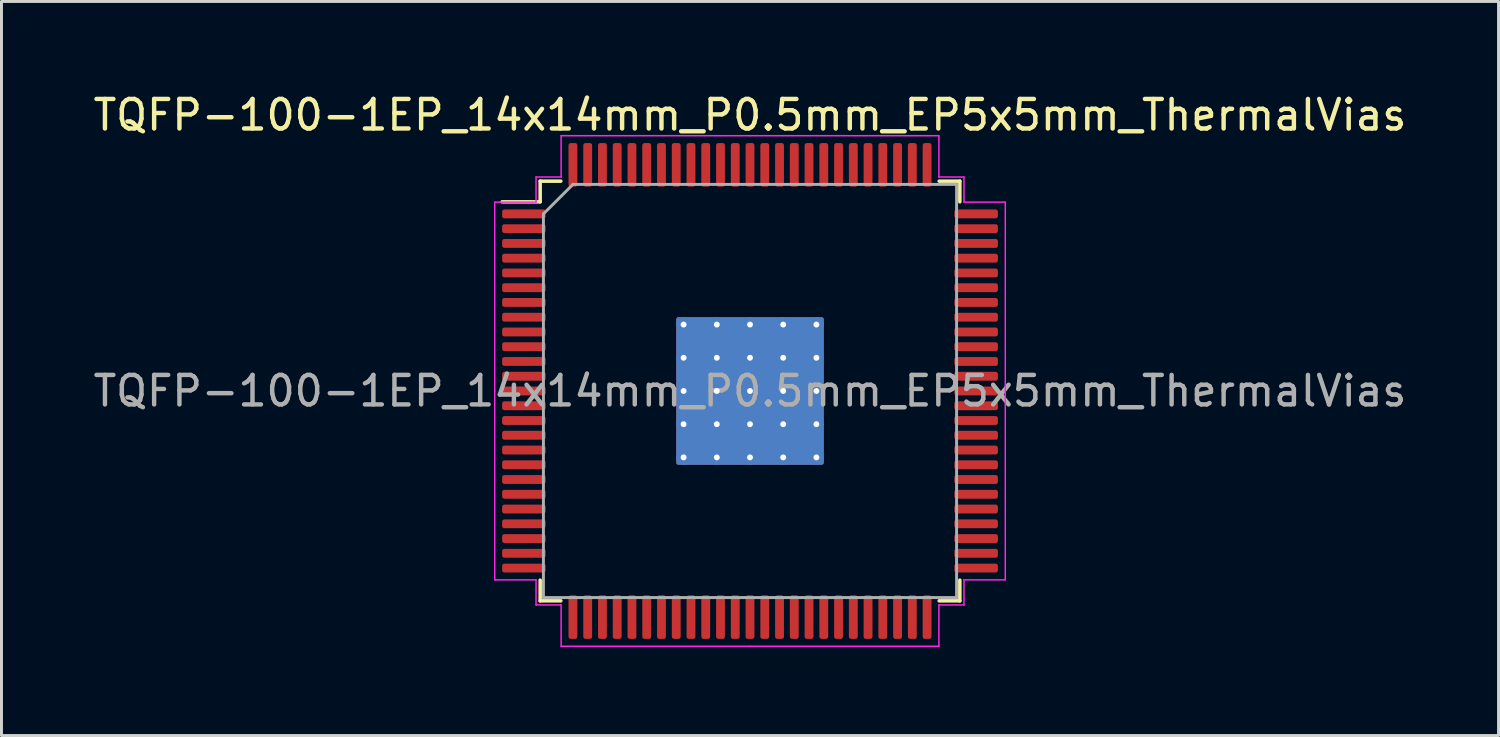
<source format=kicad_pcb>
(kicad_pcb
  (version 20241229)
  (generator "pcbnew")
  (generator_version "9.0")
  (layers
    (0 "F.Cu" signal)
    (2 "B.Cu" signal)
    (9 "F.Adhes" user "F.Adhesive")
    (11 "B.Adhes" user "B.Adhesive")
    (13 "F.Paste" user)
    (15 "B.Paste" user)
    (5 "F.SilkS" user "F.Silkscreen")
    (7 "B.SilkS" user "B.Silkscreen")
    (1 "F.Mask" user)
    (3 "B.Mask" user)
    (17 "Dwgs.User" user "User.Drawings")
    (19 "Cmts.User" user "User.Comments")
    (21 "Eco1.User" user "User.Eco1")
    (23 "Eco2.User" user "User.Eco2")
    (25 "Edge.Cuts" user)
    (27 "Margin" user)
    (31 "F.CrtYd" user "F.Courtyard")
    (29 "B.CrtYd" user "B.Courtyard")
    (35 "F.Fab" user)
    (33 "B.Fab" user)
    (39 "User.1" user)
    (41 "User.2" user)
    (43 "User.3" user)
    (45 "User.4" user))
  (footprint "TQFP-100-1EP_14x14mm_P0.5mm_EP5x5mm_ThermalVias"
    (layer "F.Cu")
    (at 22.363 10.198)
    (property "Reference" "TQFP-100-1EP_14x14mm_P0.5mm_EP5x5mm_ThermalVias" (at 0 -9.35 0) (layer "F.SilkS") (effects (font (size 1 1) (thickness 0.15))))
    (attr smd)
    (fp_line (start -7.11 -7.11) (end -7.11 -6.41) (stroke (width 0.12) (type solid)) (layer "F.SilkS"))
    (fp_line (start -7.11 -6.41) (end -8.4 -6.41) (stroke (width 0.12) (type solid)) (layer "F.SilkS"))
    (fp_line (start -7.11 7.11) (end -7.11 6.41) (stroke (width 0.12) (type solid)) (layer "F.SilkS"))
    (fp_line (start -6.41 -7.11) (end -7.11 -7.11) (stroke (width 0.12) (type solid)) (layer "F.SilkS"))
    (fp_line (start -6.41 7.11) (end -7.11 7.11) (stroke (width 0.12) (type solid)) (layer "F.SilkS"))
    (fp_line (start 6.41 -7.11) (end 7.11 -7.11) (stroke (width 0.12) (type solid)) (layer "F.SilkS"))
    (fp_line (start 6.41 7.11) (end 7.11 7.11) (stroke (width 0.12) (type solid)) (layer "F.SilkS"))
    (fp_line (start 7.11 -7.11) (end 7.11 -6.41) (stroke (width 0.12) (type solid)) (layer "F.SilkS"))
    (fp_line (start 7.11 7.11) (end 7.11 6.41) (stroke (width 0.12) (type solid)) (layer "F.SilkS"))
    (fp_line (start -8.65 -6.4) (end -8.65 0) (stroke (width 0.05) (type solid)) (layer "F.CrtYd"))
    (fp_line (start -8.65 6.4) (end -8.65 0) (stroke (width 0.05) (type solid)) (layer "F.CrtYd"))
    (fp_line (start -7.25 -7.25) (end -7.25 -6.4) (stroke (width 0.05) (type solid)) (layer "F.CrtYd"))
    (fp_line (start -7.25 -6.4) (end -8.65 -6.4) (stroke (width 0.05) (type solid)) (layer "F.CrtYd"))
    (fp_line (start -7.25 6.4) (end -8.65 6.4) (stroke (width 0.05) (type solid)) (layer "F.CrtYd"))
    (fp_line (start -7.25 7.25) (end -7.25 6.4) (stroke (width 0.05) (type solid)) (layer "F.CrtYd"))
    (fp_line (start -6.4 -8.65) (end -6.4 -7.25) (stroke (width 0.05) (type solid)) (layer "F.CrtYd"))
    (fp_line (start -6.4 -7.25) (end -7.25 -7.25) (stroke (width 0.05) (type solid)) (layer "F.CrtYd"))
    (fp_line (start -6.4 7.25) (end -7.25 7.25) (stroke (width 0.05) (type solid)) (layer "F.CrtYd"))
    (fp_line (start -6.4 8.65) (end -6.4 7.25) (stroke (width 0.05) (type solid)) (layer "F.CrtYd"))
    (fp_line (start 0 -8.65) (end -6.4 -8.65) (stroke (width 0.05) (type solid)) (layer "F.CrtYd"))
    (fp_line (start 0 -8.65) (end 6.4 -8.65) (stroke (width 0.05) (type solid)) (layer "F.CrtYd"))
    (fp_line (start 0 8.65) (end -6.4 8.65) (stroke (width 0.05) (type solid)) (layer "F.CrtYd"))
    (fp_line (start 0 8.65) (end 6.4 8.65) (stroke (width 0.05) (type solid)) (layer "F.CrtYd"))
    (fp_line (start 6.4 -8.65) (end 6.4 -7.25) (stroke (width 0.05) (type solid)) (layer "F.CrtYd"))
    (fp_line (start 6.4 -7.25) (end 7.25 -7.25) (stroke (width 0.05) (type solid)) (layer "F.CrtYd"))
    (fp_line (start 6.4 7.25) (end 7.25 7.25) (stroke (width 0.05) (type solid)) (layer "F.CrtYd"))
    (fp_line (start 6.4 8.65) (end 6.4 7.25) (stroke (width 0.05) (type solid)) (layer "F.CrtYd"))
    (fp_line (start 7.25 -7.25) (end 7.25 -6.4) (stroke (width 0.05) (type solid)) (layer "F.CrtYd"))
    (fp_line (start 7.25 -6.4) (end 8.65 -6.4) (stroke (width 0.05) (type solid)) (layer "F.CrtYd"))
    (fp_line (start 7.25 6.4) (end 8.65 6.4) (stroke (width 0.05) (type solid)) (layer "F.CrtYd"))
    (fp_line (start 7.25 7.25) (end 7.25 6.4) (stroke (width 0.05) (type solid)) (layer "F.CrtYd"))
    (fp_line (start 8.65 -6.4) (end 8.65 0) (stroke (width 0.05) (type solid)) (layer "F.CrtYd"))
    (fp_line (start 8.65 6.4) (end 8.65 0) (stroke (width 0.05) (type solid)) (layer "F.CrtYd"))
    (fp_line (start -7 -6) (end -6 -7) (stroke (width 0.1) (type solid)) (layer "F.Fab"))
    (fp_line (start -7 7) (end -7 -6) (stroke (width 0.1) (type solid)) (layer "F.Fab"))
    (fp_line (start -6 -7) (end 7 -7) (stroke (width 0.1) (type solid)) (layer "F.Fab"))
    (fp_line (start 7 -7) (end 7 7) (stroke (width 0.1) (type solid)) (layer "F.Fab"))
    (fp_line (start 7 7) (end -7 7) (stroke (width 0.1) (type solid)) (layer "F.Fab"))
    (fp_text user "${REFERENCE}" (at 0 0 0) (layer "F.Fab") (effects (font (size 1 1) (thickness 0.15))))
    (pad "" smd custom (at -1.688 -1.688) (size 0.891 0.891) (layers "F.Paste") (options (anchor circle)) (primitives (gr_poly (pts (xy -0.387 -0.29) (xy -0.29 -0.387) (xy 0.29 -0.387) (xy 0.387 -0.29) (xy 0.387 0.29) (xy 0.29 0.387) (xy -0.29 0.387) (xy -0.387 0.29)) (width 0.234) (fill yes))))
    (pad "" smd custom (at -1.688 -0.562) (size 0.891 0.891) (layers "F.Paste") (options (anchor circle)) (primitives (gr_poly (pts (xy -0.387 -0.29) (xy -0.29 -0.387) (xy 0.29 -0.387) (xy 0.387 -0.29) (xy 0.387 0.29) (xy 0.29 0.387) (xy -0.29 0.387) (xy -0.387 0.29)) (width 0.234) (fill yes))))
    (pad "" smd custom (at -1.688 0.562) (size 0.891 0.891) (layers "F.Paste") (options (anchor circle)) (primitives (gr_poly (pts (xy -0.387 -0.29) (xy -0.29 -0.387) (xy 0.29 -0.387) (xy 0.387 -0.29) (xy 0.387 0.29) (xy 0.29 0.387) (xy -0.29 0.387) (xy -0.387 0.29)) (width 0.234) (fill yes))))
    (pad "" smd custom (at -1.688 1.688) (size 0.891 0.891) (layers "F.Paste") (options (anchor circle)) (primitives (gr_poly (pts (xy -0.387 -0.29) (xy -0.29 -0.387) (xy 0.29 -0.387) (xy 0.387 -0.29) (xy 0.387 0.29) (xy 0.29 0.387) (xy -0.29 0.387) (xy -0.387 0.29)) (width 0.234) (fill yes))))
    (pad "" smd custom (at -0.562 -1.688) (size 0.891 0.891) (layers "F.Paste") (options (anchor circle)) (primitives (gr_poly (pts (xy -0.387 -0.29) (xy -0.29 -0.387) (xy 0.29 -0.387) (xy 0.387 -0.29) (xy 0.387 0.29) (xy 0.29 0.387) (xy -0.29 0.387) (xy -0.387 0.29)) (width 0.234) (fill yes))))
    (pad "" smd custom (at -0.562 -0.562) (size 0.891 0.891) (layers "F.Paste") (options (anchor circle)) (primitives (gr_poly (pts (xy -0.387 -0.29) (xy -0.29 -0.387) (xy 0.29 -0.387) (xy 0.387 -0.29) (xy 0.387 0.29) (xy 0.29 0.387) (xy -0.29 0.387) (xy -0.387 0.29)) (width 0.234) (fill yes))))
    (pad "" smd custom (at -0.562 0.562) (size 0.891 0.891) (layers "F.Paste") (options (anchor circle)) (primitives (gr_poly (pts (xy -0.387 -0.29) (xy -0.29 -0.387) (xy 0.29 -0.387) (xy 0.387 -0.29) (xy 0.387 0.29) (xy 0.29 0.387) (xy -0.29 0.387) (xy -0.387 0.29)) (width 0.234) (fill yes))))
    (pad "" smd custom (at -0.562 1.688) (size 0.891 0.891) (layers "F.Paste") (options (anchor circle)) (primitives (gr_poly (pts (xy -0.387 -0.29) (xy -0.29 -0.387) (xy 0.29 -0.387) (xy 0.387 -0.29) (xy 0.387 0.29) (xy 0.29 0.387) (xy -0.29 0.387) (xy -0.387 0.29)) (width 0.234) (fill yes))))
    (pad "" smd custom (at 0.562 -1.688) (size 0.891 0.891) (layers "F.Paste") (options (anchor circle)) (primitives (gr_poly (pts (xy -0.387 -0.29) (xy -0.29 -0.387) (xy 0.29 -0.387) (xy 0.387 -0.29) (xy 0.387 0.29) (xy 0.29 0.387) (xy -0.29 0.387) (xy -0.387 0.29)) (width 0.234) (fill yes))))
    (pad "" smd custom (at 0.562 -0.562) (size 0.891 0.891) (layers "F.Paste") (options (anchor circle)) (primitives (gr_poly (pts (xy -0.387 -0.29) (xy -0.29 -0.387) (xy 0.29 -0.387) (xy 0.387 -0.29) (xy 0.387 0.29) (xy 0.29 0.387) (xy -0.29 0.387) (xy -0.387 0.29)) (width 0.234) (fill yes))))
    (pad "" smd custom (at 0.562 0.562) (size 0.891 0.891) (layers "F.Paste") (options (anchor circle)) (primitives (gr_poly (pts (xy -0.387 -0.29) (xy -0.29 -0.387) (xy 0.29 -0.387) (xy 0.387 -0.29) (xy 0.387 0.29) (xy 0.29 0.387) (xy -0.29 0.387) (xy -0.387 0.29)) (width 0.234) (fill yes))))
    (pad "" smd custom (at 0.562 1.688) (size 0.891 0.891) (layers "F.Paste") (options (anchor circle)) (primitives (gr_poly (pts (xy -0.387 -0.29) (xy -0.29 -0.387) (xy 0.29 -0.387) (xy 0.387 -0.29) (xy 0.387 0.29) (xy 0.29 0.387) (xy -0.29 0.387) (xy -0.387 0.29)) (width 0.234) (fill yes))))
    (pad "" smd custom (at 1.688 -1.688) (size 0.891 0.891) (layers "F.Paste") (options (anchor circle)) (primitives (gr_poly (pts (xy -0.387 -0.29) (xy -0.29 -0.387) (xy 0.29 -0.387) (xy 0.387 -0.29) (xy 0.387 0.29) (xy 0.29 0.387) (xy -0.29 0.387) (xy -0.387 0.29)) (width 0.234) (fill yes))))
    (pad "" smd custom (at 1.688 -0.562) (size 0.891 0.891) (layers "F.Paste") (options (anchor circle)) (primitives (gr_poly (pts (xy -0.387 -0.29) (xy -0.29 -0.387) (xy 0.29 -0.387) (xy 0.387 -0.29) (xy 0.387 0.29) (xy 0.29 0.387) (xy -0.29 0.387) (xy -0.387 0.29)) (width 0.234) (fill yes))))
    (pad "" smd custom (at 1.688 0.562) (size 0.891 0.891) (layers "F.Paste") (options (anchor circle)) (primitives (gr_poly (pts (xy -0.387 -0.29) (xy -0.29 -0.387) (xy 0.29 -0.387) (xy 0.387 -0.29) (xy 0.387 0.29) (xy 0.29 0.387) (xy -0.29 0.387) (xy -0.387 0.29)) (width 0.234) (fill yes))))
    (pad "" smd custom (at 1.688 1.688) (size 0.891 0.891) (layers "F.Paste") (options (anchor circle)) (primitives (gr_poly (pts (xy -0.387 -0.29) (xy -0.29 -0.387) (xy 0.29 -0.387) (xy 0.387 -0.29) (xy 0.387 0.29) (xy 0.29 0.387) (xy -0.29 0.387) (xy -0.387 0.29)) (width 0.234) (fill yes))))
    (pad "1" smd roundrect (at -7.662 -6) (size 1.475 0.3) (layers "F.Cu" "F.Mask" "F.Paste") (roundrect_rratio 0.25))
    (pad "2" smd roundrect (at -7.662 -5.5) (size 1.475 0.3) (layers "F.Cu" "F.Mask" "F.Paste") (roundrect_rratio 0.25))
    (pad "3" smd roundrect (at -7.662 -5) (size 1.475 0.3) (layers "F.Cu" "F.Mask" "F.Paste") (roundrect_rratio 0.25))
    (pad "4" smd roundrect (at -7.662 -4.5) (size 1.475 0.3) (layers "F.Cu" "F.Mask" "F.Paste") (roundrect_rratio 0.25))
    (pad "5" smd roundrect (at -7.662 -4) (size 1.475 0.3) (layers "F.Cu" "F.Mask" "F.Paste") (roundrect_rratio 0.25))
    (pad "6" smd roundrect (at -7.662 -3.5) (size 1.475 0.3) (layers "F.Cu" "F.Mask" "F.Paste") (roundrect_rratio 0.25))
    (pad "7" smd roundrect (at -7.662 -3) (size 1.475 0.3) (layers "F.Cu" "F.Mask" "F.Paste") (roundrect_rratio 0.25))
    (pad "8" smd roundrect (at -7.662 -2.5) (size 1.475 0.3) (layers "F.Cu" "F.Mask" "F.Paste") (roundrect_rratio 0.25))
    (pad "9" smd roundrect (at -7.662 -2) (size 1.475 0.3) (layers "F.Cu" "F.Mask" "F.Paste") (roundrect_rratio 0.25))
    (pad "10" smd roundrect (at -7.662 -1.5) (size 1.475 0.3) (layers "F.Cu" "F.Mask" "F.Paste") (roundrect_rratio 0.25))
    (pad "11" smd roundrect (at -7.662 -1) (size 1.475 0.3) (layers "F.Cu" "F.Mask" "F.Paste") (roundrect_rratio 0.25))
    (pad "12" smd roundrect (at -7.662 -0.5) (size 1.475 0.3) (layers "F.Cu" "F.Mask" "F.Paste") (roundrect_rratio 0.25))
    (pad "13" smd roundrect (at -7.662 0) (size 1.475 0.3) (layers "F.Cu" "F.Mask" "F.Paste") (roundrect_rratio 0.25))
    (pad "14" smd roundrect (at -7.662 0.5) (size 1.475 0.3) (layers "F.Cu" "F.Mask" "F.Paste") (roundrect_rratio 0.25))
    (pad "15" smd roundrect (at -7.662 1) (size 1.475 0.3) (layers "F.Cu" "F.Mask" "F.Paste") (roundrect_rratio 0.25))
    (pad "16" smd roundrect (at -7.662 1.5) (size 1.475 0.3) (layers "F.Cu" "F.Mask" "F.Paste") (roundrect_rratio 0.25))
    (pad "17" smd roundrect (at -7.662 2) (size 1.475 0.3) (layers "F.Cu" "F.Mask" "F.Paste") (roundrect_rratio 0.25))
    (pad "18" smd roundrect (at -7.662 2.5) (size 1.475 0.3) (layers "F.Cu" "F.Mask" "F.Paste") (roundrect_rratio 0.25))
    (pad "19" smd roundrect (at -7.662 3) (size 1.475 0.3) (layers "F.Cu" "F.Mask" "F.Paste") (roundrect_rratio 0.25))
    (pad "20" smd roundrect (at -7.662 3.5) (size 1.475 0.3) (layers "F.Cu" "F.Mask" "F.Paste") (roundrect_rratio 0.25))
    (pad "21" smd roundrect (at -7.662 4) (size 1.475 0.3) (layers "F.Cu" "F.Mask" "F.Paste") (roundrect_rratio 0.25))
    (pad "22" smd roundrect (at -7.662 4.5) (size 1.475 0.3) (layers "F.Cu" "F.Mask" "F.Paste") (roundrect_rratio 0.25))
    (pad "23" smd roundrect (at -7.662 5) (size 1.475 0.3) (layers "F.Cu" "F.Mask" "F.Paste") (roundrect_rratio 0.25))
    (pad "24" smd roundrect (at -7.662 5.5) (size 1.475 0.3) (layers "F.Cu" "F.Mask" "F.Paste") (roundrect_rratio 0.25))
    (pad "25" smd roundrect (at -7.662 6) (size 1.475 0.3) (layers "F.Cu" "F.Mask" "F.Paste") (roundrect_rratio 0.25))
    (pad "26" smd roundrect (at -6 7.662) (size 0.3 1.475) (layers "F.Cu" "F.Mask" "F.Paste") (roundrect_rratio 0.25))
    (pad "27" smd roundrect (at -5.5 7.662) (size 0.3 1.475) (layers "F.Cu" "F.Mask" "F.Paste") (roundrect_rratio 0.25))
    (pad "28" smd roundrect (at -5 7.662) (size 0.3 1.475) (layers "F.Cu" "F.Mask" "F.Paste") (roundrect_rratio 0.25))
    (pad "29" smd roundrect (at -4.5 7.662) (size 0.3 1.475) (layers "F.Cu" "F.Mask" "F.Paste") (roundrect_rratio 0.25))
    (pad "30" smd roundrect (at -4 7.662) (size 0.3 1.475) (layers "F.Cu" "F.Mask" "F.Paste") (roundrect_rratio 0.25))
    (pad "31" smd roundrect (at -3.5 7.662) (size 0.3 1.475) (layers "F.Cu" "F.Mask" "F.Paste") (roundrect_rratio 0.25))
    (pad "32" smd roundrect (at -3 7.662) (size 0.3 1.475) (layers "F.Cu" "F.Mask" "F.Paste") (roundrect_rratio 0.25))
    (pad "33" smd roundrect (at -2.5 7.662) (size 0.3 1.475) (layers "F.Cu" "F.Mask" "F.Paste") (roundrect_rratio 0.25))
    (pad "34" smd roundrect (at -2 7.662) (size 0.3 1.475) (layers "F.Cu" "F.Mask" "F.Paste") (roundrect_rratio 0.25))
    (pad "35" smd roundrect (at -1.5 7.662) (size 0.3 1.475) (layers "F.Cu" "F.Mask" "F.Paste") (roundrect_rratio 0.25))
    (pad "36" smd roundrect (at -1 7.662) (size 0.3 1.475) (layers "F.Cu" "F.Mask" "F.Paste") (roundrect_rratio 0.25))
    (pad "37" smd roundrect (at -0.5 7.662) (size 0.3 1.475) (layers "F.Cu" "F.Mask" "F.Paste") (roundrect_rratio 0.25))
    (pad "38" smd roundrect (at 0 7.662) (size 0.3 1.475) (layers "F.Cu" "F.Mask" "F.Paste") (roundrect_rratio 0.25))
    (pad "39" smd roundrect (at 0.5 7.662) (size 0.3 1.475) (layers "F.Cu" "F.Mask" "F.Paste") (roundrect_rratio 0.25))
    (pad "40" smd roundrect (at 1 7.662) (size 0.3 1.475) (layers "F.Cu" "F.Mask" "F.Paste") (roundrect_rratio 0.25))
    (pad "41" smd roundrect (at 1.5 7.662) (size 0.3 1.475) (layers "F.Cu" "F.Mask" "F.Paste") (roundrect_rratio 0.25))
    (pad "42" smd roundrect (at 2 7.662) (size 0.3 1.475) (layers "F.Cu" "F.Mask" "F.Paste") (roundrect_rratio 0.25))
    (pad "43" smd roundrect (at 2.5 7.662) (size 0.3 1.475) (layers "F.Cu" "F.Mask" "F.Paste") (roundrect_rratio 0.25))
    (pad "44" smd roundrect (at 3 7.662) (size 0.3 1.475) (layers "F.Cu" "F.Mask" "F.Paste") (roundrect_rratio 0.25))
    (pad "45" smd roundrect (at 3.5 7.662) (size 0.3 1.475) (layers "F.Cu" "F.Mask" "F.Paste") (roundrect_rratio 0.25))
    (pad "46" smd roundrect (at 4 7.662) (size 0.3 1.475) (layers "F.Cu" "F.Mask" "F.Paste") (roundrect_rratio 0.25))
    (pad "47" smd roundrect (at 4.5 7.662) (size 0.3 1.475) (layers "F.Cu" "F.Mask" "F.Paste") (roundrect_rratio 0.25))
    (pad "48" smd roundrect (at 5 7.662) (size 0.3 1.475) (layers "F.Cu" "F.Mask" "F.Paste") (roundrect_rratio 0.25))
    (pad "49" smd roundrect (at 5.5 7.662) (size 0.3 1.475) (layers "F.Cu" "F.Mask" "F.Paste") (roundrect_rratio 0.25))
    (pad "50" smd roundrect (at 6 7.662) (size 0.3 1.475) (layers "F.Cu" "F.Mask" "F.Paste") (roundrect_rratio 0.25))
    (pad "51" smd roundrect (at 7.662 6) (size 1.475 0.3) (layers "F.Cu" "F.Mask" "F.Paste") (roundrect_rratio 0.25))
    (pad "52" smd roundrect (at 7.662 5.5) (size 1.475 0.3) (layers "F.Cu" "F.Mask" "F.Paste") (roundrect_rratio 0.25))
    (pad "53" smd roundrect (at 7.662 5) (size 1.475 0.3) (layers "F.Cu" "F.Mask" "F.Paste") (roundrect_rratio 0.25))
    (pad "54" smd roundrect (at 7.662 4.5) (size 1.475 0.3) (layers "F.Cu" "F.Mask" "F.Paste") (roundrect_rratio 0.25))
    (pad "55" smd roundrect (at 7.662 4) (size 1.475 0.3) (layers "F.Cu" "F.Mask" "F.Paste") (roundrect_rratio 0.25))
    (pad "56" smd roundrect (at 7.662 3.5) (size 1.475 0.3) (layers "F.Cu" "F.Mask" "F.Paste") (roundrect_rratio 0.25))
    (pad "57" smd roundrect (at 7.662 3) (size 1.475 0.3) (layers "F.Cu" "F.Mask" "F.Paste") (roundrect_rratio 0.25))
    (pad "58" smd roundrect (at 7.662 2.5) (size 1.475 0.3) (layers "F.Cu" "F.Mask" "F.Paste") (roundrect_rratio 0.25))
    (pad "59" smd roundrect (at 7.662 2) (size 1.475 0.3) (layers "F.Cu" "F.Mask" "F.Paste") (roundrect_rratio 0.25))
    (pad "60" smd roundrect (at 7.662 1.5) (size 1.475 0.3) (layers "F.Cu" "F.Mask" "F.Paste") (roundrect_rratio 0.25))
    (pad "61" smd roundrect (at 7.662 1) (size 1.475 0.3) (layers "F.Cu" "F.Mask" "F.Paste") (roundrect_rratio 0.25))
    (pad "62" smd roundrect (at 7.662 0.5) (size 1.475 0.3) (layers "F.Cu" "F.Mask" "F.Paste") (roundrect_rratio 0.25))
    (pad "63" smd roundrect (at 7.662 0) (size 1.475 0.3) (layers "F.Cu" "F.Mask" "F.Paste") (roundrect_rratio 0.25))
    (pad "64" smd roundrect (at 7.662 -0.5) (size 1.475 0.3) (layers "F.Cu" "F.Mask" "F.Paste") (roundrect_rratio 0.25))
    (pad "65" smd roundrect (at 7.662 -1) (size 1.475 0.3) (layers "F.Cu" "F.Mask" "F.Paste") (roundrect_rratio 0.25))
    (pad "66" smd roundrect (at 7.662 -1.5) (size 1.475 0.3) (layers "F.Cu" "F.Mask" "F.Paste") (roundrect_rratio 0.25))
    (pad "67" smd roundrect (at 7.662 -2) (size 1.475 0.3) (layers "F.Cu" "F.Mask" "F.Paste") (roundrect_rratio 0.25))
    (pad "68" smd roundrect (at 7.662 -2.5) (size 1.475 0.3) (layers "F.Cu" "F.Mask" "F.Paste") (roundrect_rratio 0.25))
    (pad "69" smd roundrect (at 7.662 -3) (size 1.475 0.3) (layers "F.Cu" "F.Mask" "F.Paste") (roundrect_rratio 0.25))
    (pad "70" smd roundrect (at 7.662 -3.5) (size 1.475 0.3) (layers "F.Cu" "F.Mask" "F.Paste") (roundrect_rratio 0.25))
    (pad "71" smd roundrect (at 7.662 -4) (size 1.475 0.3) (layers "F.Cu" "F.Mask" "F.Paste") (roundrect_rratio 0.25))
    (pad "72" smd roundrect (at 7.662 -4.5) (size 1.475 0.3) (layers "F.Cu" "F.Mask" "F.Paste") (roundrect_rratio 0.25))
    (pad "73" smd roundrect (at 7.662 -5) (size 1.475 0.3) (layers "F.Cu" "F.Mask" "F.Paste") (roundrect_rratio 0.25))
    (pad "74" smd roundrect (at 7.662 -5.5) (size 1.475 0.3) (layers "F.Cu" "F.Mask" "F.Paste") (roundrect_rratio 0.25))
    (pad "75" smd roundrect (at 7.662 -6) (size 1.475 0.3) (layers "F.Cu" "F.Mask" "F.Paste") (roundrect_rratio 0.25))
    (pad "76" smd roundrect (at 6 -7.662) (size 0.3 1.475) (layers "F.Cu" "F.Mask" "F.Paste") (roundrect_rratio 0.25))
    (pad "77" smd roundrect (at 5.5 -7.662) (size 0.3 1.475) (layers "F.Cu" "F.Mask" "F.Paste") (roundrect_rratio 0.25))
    (pad "78" smd roundrect (at 5 -7.662) (size 0.3 1.475) (layers "F.Cu" "F.Mask" "F.Paste") (roundrect_rratio 0.25))
    (pad "79" smd roundrect (at 4.5 -7.662) (size 0.3 1.475) (layers "F.Cu" "F.Mask" "F.Paste") (roundrect_rratio 0.25))
    (pad "80" smd roundrect (at 4 -7.662) (size 0.3 1.475) (layers "F.Cu" "F.Mask" "F.Paste") (roundrect_rratio 0.25))
    (pad "81" smd roundrect (at 3.5 -7.662) (size 0.3 1.475) (layers "F.Cu" "F.Mask" "F.Paste") (roundrect_rratio 0.25))
    (pad "82" smd roundrect (at 3 -7.662) (size 0.3 1.475) (layers "F.Cu" "F.Mask" "F.Paste") (roundrect_rratio 0.25))
    (pad "83" smd roundrect (at 2.5 -7.662) (size 0.3 1.475) (layers "F.Cu" "F.Mask" "F.Paste") (roundrect_rratio 0.25))
    (pad "84" smd roundrect (at 2 -7.662) (size 0.3 1.475) (layers "F.Cu" "F.Mask" "F.Paste") (roundrect_rratio 0.25))
    (pad "85" smd roundrect (at 1.5 -7.662) (size 0.3 1.475) (layers "F.Cu" "F.Mask" "F.Paste") (roundrect_rratio 0.25))
    (pad "86" smd roundrect (at 1 -7.662) (size 0.3 1.475) (layers "F.Cu" "F.Mask" "F.Paste") (roundrect_rratio 0.25))
    (pad "87" smd roundrect (at 0.5 -7.662) (size 0.3 1.475) (layers "F.Cu" "F.Mask" "F.Paste") (roundrect_rratio 0.25))
    (pad "88" smd roundrect (at 0 -7.662) (size 0.3 1.475) (layers "F.Cu" "F.Mask" "F.Paste") (roundrect_rratio 0.25))
    (pad "89" smd roundrect (at -0.5 -7.662) (size 0.3 1.475) (layers "F.Cu" "F.Mask" "F.Paste") (roundrect_rratio 0.25))
    (pad "90" smd roundrect (at -1 -7.662) (size 0.3 1.475) (layers "F.Cu" "F.Mask" "F.Paste") (roundrect_rratio 0.25))
    (pad "91" smd roundrect (at -1.5 -7.662) (size 0.3 1.475) (layers "F.Cu" "F.Mask" "F.Paste") (roundrect_rratio 0.25))
    (pad "92" smd roundrect (at -2 -7.662) (size 0.3 1.475) (layers "F.Cu" "F.Mask" "F.Paste") (roundrect_rratio 0.25))
    (pad "93" smd roundrect (at -2.5 -7.662) (size 0.3 1.475) (layers "F.Cu" "F.Mask" "F.Paste") (roundrect_rratio 0.25))
    (pad "94" smd roundrect (at -3 -7.662) (size 0.3 1.475) (layers "F.Cu" "F.Mask" "F.Paste") (roundrect_rratio 0.25))
    (pad "95" smd roundrect (at -3.5 -7.662) (size 0.3 1.475) (layers "F.Cu" "F.Mask" "F.Paste") (roundrect_rratio 0.25))
    (pad "96" smd roundrect (at -4 -7.662) (size 0.3 1.475) (layers "F.Cu" "F.Mask" "F.Paste") (roundrect_rratio 0.25))
    (pad "97" smd roundrect (at -4.5 -7.662) (size 0.3 1.475) (layers "F.Cu" "F.Mask" "F.Paste") (roundrect_rratio 0.25))
    (pad "98" smd roundrect (at -5 -7.662) (size 0.3 1.475) (layers "F.Cu" "F.Mask" "F.Paste") (roundrect_rratio 0.25))
    (pad "99" smd roundrect (at -5.5 -7.662) (size 0.3 1.475) (layers "F.Cu" "F.Mask" "F.Paste") (roundrect_rratio 0.25))
    (pad "100" smd roundrect (at -6 -7.662) (size 0.3 1.475) (layers "F.Cu" "F.Mask" "F.Paste") (roundrect_rratio 0.25))
    (pad "101" thru_hole circle (at -2.25 -2.25) (size 0.5 0.5) (drill 0.2) (layers "*.Cu"))
    (pad "101" thru_hole circle (at -2.25 -1.125) (size 0.5 0.5) (drill 0.2) (layers "*.Cu"))
    (pad "101" thru_hole circle (at -2.25 0) (size 0.5 0.5) (drill 0.2) (layers "*.Cu"))
    (pad "101" thru_hole circle (at -2.25 1.125) (size 0.5 0.5) (drill 0.2) (layers "*.Cu"))
    (pad "101" thru_hole circle (at -2.25 2.25) (size 0.5 0.5) (drill 0.2) (layers "*.Cu"))
    (pad "101" thru_hole circle (at -1.125 -2.25) (size 0.5 0.5) (drill 0.2) (layers "*.Cu"))
    (pad "101" thru_hole circle (at -1.125 -1.125) (size 0.5 0.5) (drill 0.2) (layers "*.Cu"))
    (pad "101" thru_hole circle (at -1.125 0) (size 0.5 0.5) (drill 0.2) (layers "*.Cu"))
    (pad "101" thru_hole circle (at -1.125 1.125) (size 0.5 0.5) (drill 0.2) (layers "*.Cu"))
    (pad "101" thru_hole circle (at -1.125 2.25) (size 0.5 0.5) (drill 0.2) (layers "*.Cu"))
    (pad "101" thru_hole circle (at 0 -2.25) (size 0.5 0.5) (drill 0.2) (layers "*.Cu"))
    (pad "101" thru_hole circle (at 0 -1.125) (size 0.5 0.5) (drill 0.2) (layers "*.Cu"))
    (pad "101" thru_hole circle (at 0 0) (size 0.5 0.5) (drill 0.2) (layers "*.Cu"))
    (pad "101" smd roundrect (at 0 0) (size 5 5) (layers "F.Cu" "F.Mask") (roundrect_rratio 0.015))
    (pad "101" smd roundrect (at 0 0) (size 5 5) (layers "B.Cu") (roundrect_rratio 0.015))
    (pad "101" thru_hole circle (at 0 1.125) (size 0.5 0.5) (drill 0.2) (layers "*.Cu"))
    (pad "101" thru_hole circle (at 0 2.25) (size 0.5 0.5) (drill 0.2) (layers "*.Cu"))
    (pad "101" thru_hole circle (at 1.125 -2.25) (size 0.5 0.5) (drill 0.2) (layers "*.Cu"))
    (pad "101" thru_hole circle (at 1.125 -1.125) (size 0.5 0.5) (drill 0.2) (layers "*.Cu"))
    (pad "101" thru_hole circle (at 1.125 0) (size 0.5 0.5) (drill 0.2) (layers "*.Cu"))
    (pad "101" thru_hole circle (at 1.125 1.125) (size 0.5 0.5) (drill 0.2) (layers "*.Cu"))
    (pad "101" thru_hole circle (at 1.125 2.25) (size 0.5 0.5) (drill 0.2) (layers "*.Cu"))
    (pad "101" thru_hole circle (at 2.25 -2.25) (size 0.5 0.5) (drill 0.2) (layers "*.Cu"))
    (pad "101" thru_hole circle (at 2.25 -1.125) (size 0.5 0.5) (drill 0.2) (layers "*.Cu"))
    (pad "101" thru_hole circle (at 2.25 0) (size 0.5 0.5) (drill 0.2) (layers "*.Cu"))
    (pad "101" thru_hole circle (at 2.25 1.125) (size 0.5 0.5) (drill 0.2) (layers "*.Cu"))
    (pad "101" thru_hole circle (at 2.25 2.25) (size 0.5 0.5) (drill 0.2) (layers "*.Cu")))
  (gr_rect
    (start -3 -3)
    (end 47.726 21.873)
    (stroke (width 0.1) (type default))
    (fill no)
    (layer "Edge.Cuts")))
</source>
